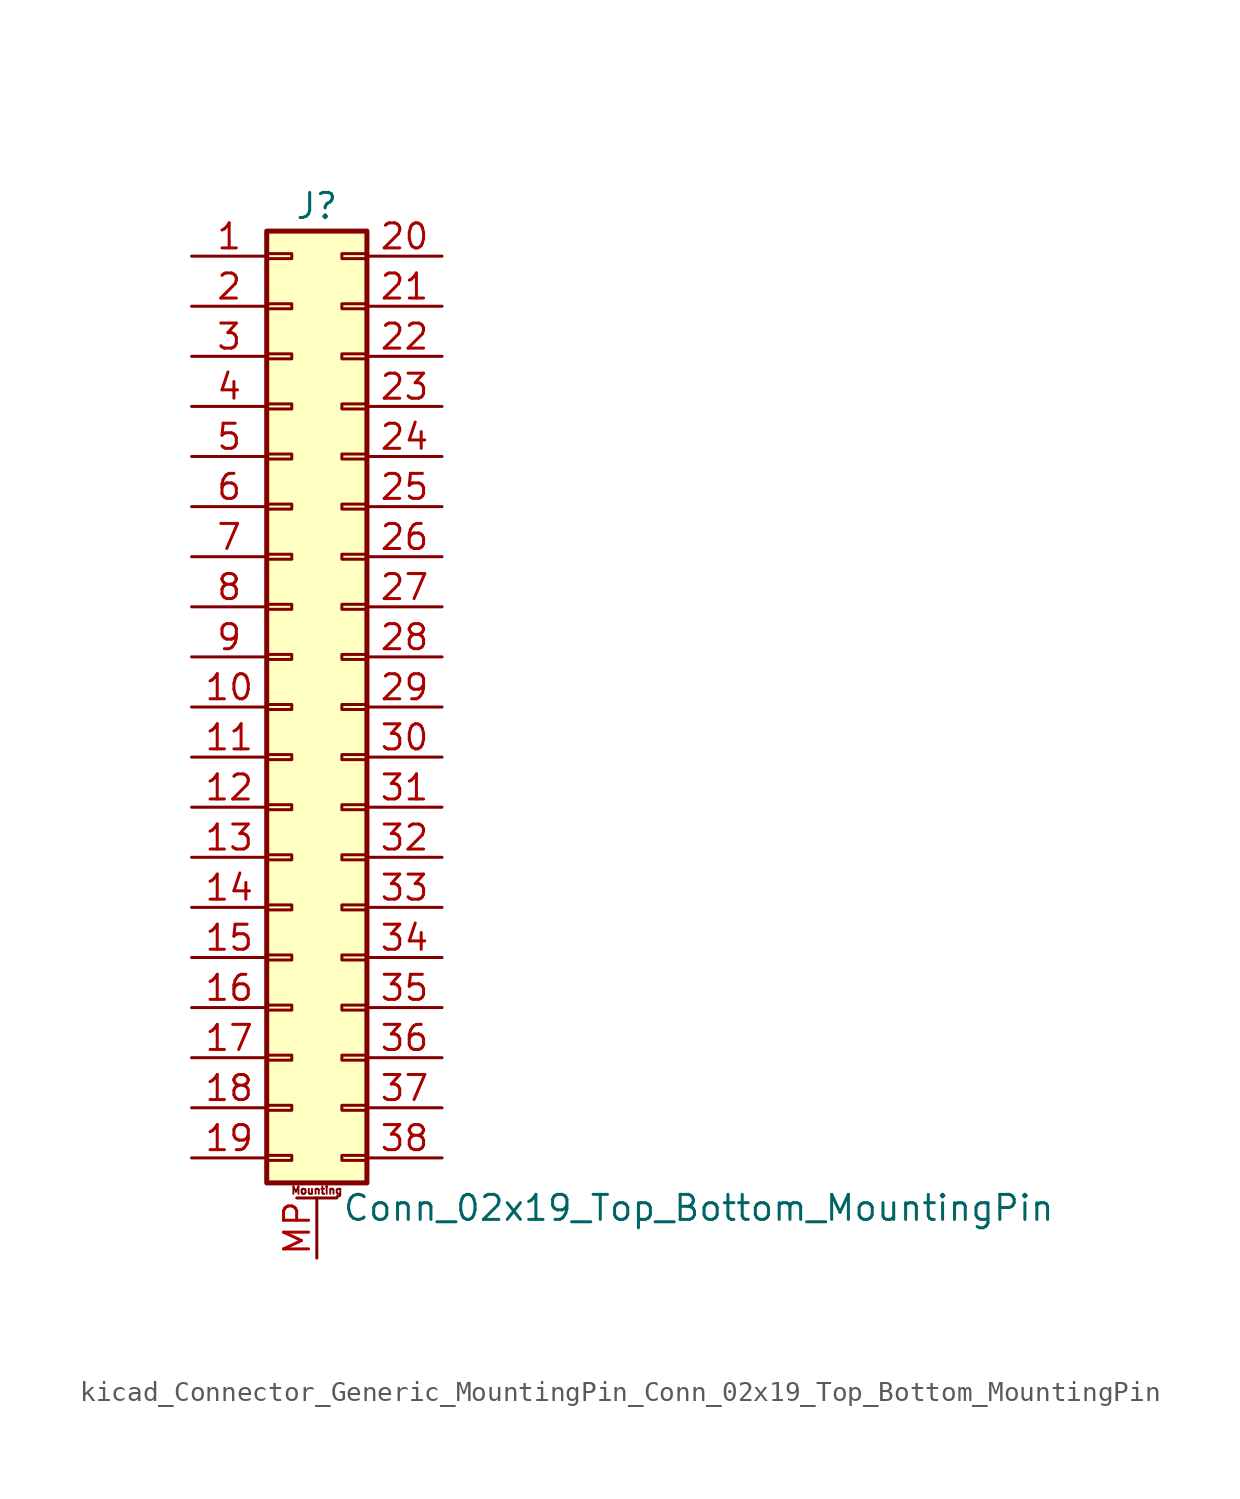
<source format=kicad_sym>
(kicad_symbol_lib
  (version 20220914)
  (generator kicad_symbol_editor)
  (symbol "kicad_Connector_Generic_MountingPin_Conn_02x19_Top_Bottom_MountingPin"
    (pin_names
      (offset 1.016) hide)
    (property "Reference" "J"
      (at 1.27 25.4 0)
      (effects (font (size 1.27 1.27))))
    (property "Value" "Conn_02x19_Top_Bottom_MountingPin"
      (at 2.54 -25.4 0)
      (effects (font (size 1.27 1.27)) (justify left)))
    (symbol "kicad_Connector_Generic_MountingPin_Conn_02x19_Top_Bottom_MountingPin_1_1"
      (rectangle (start -1.27 -22.733) (end 0 -22.987) (stroke (width 0.152) (type default)) (fill (type none)))
      (rectangle (start -1.27 -20.193) (end 0 -20.447) (stroke (width 0.152) (type default)) (fill (type none)))
      (rectangle (start -1.27 -17.653) (end 0 -17.907) (stroke (width 0.152) (type default)) (fill (type none)))
      (rectangle (start -1.27 -15.113) (end 0 -15.367) (stroke (width 0.152) (type default)) (fill (type none)))
      (rectangle (start -1.27 -12.573) (end 0 -12.827) (stroke (width 0.152) (type default)) (fill (type none)))
      (rectangle (start -1.27 -10.033) (end 0 -10.287) (stroke (width 0.152) (type default)) (fill (type none)))
      (rectangle (start -1.27 -7.493) (end 0 -7.747) (stroke (width 0.152) (type default)) (fill (type none)))
      (rectangle (start -1.27 -4.953) (end 0 -5.207) (stroke (width 0.152) (type default)) (fill (type none)))
      (rectangle (start -1.27 -2.413) (end 0 -2.667) (stroke (width 0.152) (type default)) (fill (type none)))
      (rectangle (start -1.27 0.127) (end 0 -0.127) (stroke (width 0.152) (type default)) (fill (type none)))
      (rectangle (start -1.27 2.667) (end 0 2.413) (stroke (width 0.152) (type default)) (fill (type none)))
      (rectangle (start -1.27 5.207) (end 0 4.953) (stroke (width 0.152) (type default)) (fill (type none)))
      (rectangle (start -1.27 7.747) (end 0 7.493) (stroke (width 0.152) (type default)) (fill (type none)))
      (rectangle (start -1.27 10.287) (end 0 10.033) (stroke (width 0.152) (type default)) (fill (type none)))
      (rectangle (start -1.27 12.827) (end 0 12.573) (stroke (width 0.152) (type default)) (fill (type none)))
      (rectangle (start -1.27 15.367) (end 0 15.113) (stroke (width 0.152) (type default)) (fill (type none)))
      (rectangle (start -1.27 17.907) (end 0 17.653) (stroke (width 0.152) (type default)) (fill (type none)))
      (rectangle (start -1.27 20.447) (end 0 20.193) (stroke (width 0.152) (type default)) (fill (type none)))
      (rectangle (start -1.27 22.987) (end 0 22.733) (stroke (width 0.152) (type default)) (fill (type none)))
      (rectangle (start -1.27 24.13) (end 3.81 -24.13) (stroke (width 0.254) (type default)) (fill (type background)))
      (polyline (pts (xy 0.254 -24.892) (xy 2.286 -24.892)) (stroke (width 0.152) (type default)) (fill (type none)))
      (rectangle (start 3.81 -22.733) (end 2.54 -22.987) (stroke (width 0.152) (type default)) (fill (type none)))
      (rectangle (start 3.81 -20.193) (end 2.54 -20.447) (stroke (width 0.152) (type default)) (fill (type none)))
      (rectangle (start 3.81 -17.653) (end 2.54 -17.907) (stroke (width 0.152) (type default)) (fill (type none)))
      (rectangle (start 3.81 -15.113) (end 2.54 -15.367) (stroke (width 0.152) (type default)) (fill (type none)))
      (rectangle (start 3.81 -12.573) (end 2.54 -12.827) (stroke (width 0.152) (type default)) (fill (type none)))
      (rectangle (start 3.81 -10.033) (end 2.54 -10.287) (stroke (width 0.152) (type default)) (fill (type none)))
      (rectangle (start 3.81 -7.493) (end 2.54 -7.747) (stroke (width 0.152) (type default)) (fill (type none)))
      (rectangle (start 3.81 -4.953) (end 2.54 -5.207) (stroke (width 0.152) (type default)) (fill (type none)))
      (rectangle (start 3.81 -2.413) (end 2.54 -2.667) (stroke (width 0.152) (type default)) (fill (type none)))
      (rectangle (start 3.81 0.127) (end 2.54 -0.127) (stroke (width 0.152) (type default)) (fill (type none)))
      (rectangle (start 3.81 2.667) (end 2.54 2.413) (stroke (width 0.152) (type default)) (fill (type none)))
      (rectangle (start 3.81 5.207) (end 2.54 4.953) (stroke (width 0.152) (type default)) (fill (type none)))
      (rectangle (start 3.81 7.747) (end 2.54 7.493) (stroke (width 0.152) (type default)) (fill (type none)))
      (rectangle (start 3.81 10.287) (end 2.54 10.033) (stroke (width 0.152) (type default)) (fill (type none)))
      (rectangle (start 3.81 12.827) (end 2.54 12.573) (stroke (width 0.152) (type default)) (fill (type none)))
      (rectangle (start 3.81 15.367) (end 2.54 15.113) (stroke (width 0.152) (type default)) (fill (type none)))
      (rectangle (start 3.81 17.907) (end 2.54 17.653) (stroke (width 0.152) (type default)) (fill (type none)))
      (rectangle (start 3.81 20.447) (end 2.54 20.193) (stroke (width 0.152) (type default)) (fill (type none)))
      (rectangle (start 3.81 22.987) (end 2.54 22.733) (stroke (width 0.152) (type default)) (fill (type none)))
      (text "Mounting" (at 1.27 -24.511 0) (effects (font (size 0.381 0.381))))
      (pin passive line (at -5.08 22.86 0) (length 3.81) (name "Pin_1" (effects (font (size 1.27 1.27)))) (number "1" (effects (font (size 1.27 1.27)))))
      (pin passive line (at -5.08 0 0) (length 3.81) (name "Pin_10" (effects (font (size 1.27 1.27)))) (number "10" (effects (font (size 1.27 1.27)))))
      (pin passive line (at -5.08 -2.54 0) (length 3.81) (name "Pin_11" (effects (font (size 1.27 1.27)))) (number "11" (effects (font (size 1.27 1.27)))))
      (pin passive line (at -5.08 -5.08 0) (length 3.81) (name "Pin_12" (effects (font (size 1.27 1.27)))) (number "12" (effects (font (size 1.27 1.27)))))
      (pin passive line (at -5.08 -7.62 0) (length 3.81) (name "Pin_13" (effects (font (size 1.27 1.27)))) (number "13" (effects (font (size 1.27 1.27)))))
      (pin passive line (at -5.08 -10.16 0) (length 3.81) (name "Pin_14" (effects (font (size 1.27 1.27)))) (number "14" (effects (font (size 1.27 1.27)))))
      (pin passive line (at -5.08 -12.7 0) (length 3.81) (name "Pin_15" (effects (font (size 1.27 1.27)))) (number "15" (effects (font (size 1.27 1.27)))))
      (pin passive line (at -5.08 -15.24 0) (length 3.81) (name "Pin_16" (effects (font (size 1.27 1.27)))) (number "16" (effects (font (size 1.27 1.27)))))
      (pin passive line (at -5.08 -17.78 0) (length 3.81) (name "Pin_17" (effects (font (size 1.27 1.27)))) (number "17" (effects (font (size 1.27 1.27)))))
      (pin passive line (at -5.08 -20.32 0) (length 3.81) (name "Pin_18" (effects (font (size 1.27 1.27)))) (number "18" (effects (font (size 1.27 1.27)))))
      (pin passive line (at -5.08 -22.86 0) (length 3.81) (name "Pin_19" (effects (font (size 1.27 1.27)))) (number "19" (effects (font (size 1.27 1.27)))))
      (pin passive line (at -5.08 20.32 0) (length 3.81) (name "Pin_2" (effects (font (size 1.27 1.27)))) (number "2" (effects (font (size 1.27 1.27)))))
      (pin passive line (at 7.62 22.86 180) (length 3.81) (name "Pin_20" (effects (font (size 1.27 1.27)))) (number "20" (effects (font (size 1.27 1.27)))))
      (pin passive line (at 7.62 20.32 180) (length 3.81) (name "Pin_21" (effects (font (size 1.27 1.27)))) (number "21" (effects (font (size 1.27 1.27)))))
      (pin passive line (at 7.62 17.78 180) (length 3.81) (name "Pin_22" (effects (font (size 1.27 1.27)))) (number "22" (effects (font (size 1.27 1.27)))))
      (pin passive line (at 7.62 15.24 180) (length 3.81) (name "Pin_23" (effects (font (size 1.27 1.27)))) (number "23" (effects (font (size 1.27 1.27)))))
      (pin passive line (at 7.62 12.7 180) (length 3.81) (name "Pin_24" (effects (font (size 1.27 1.27)))) (number "24" (effects (font (size 1.27 1.27)))))
      (pin passive line (at 7.62 10.16 180) (length 3.81) (name "Pin_25" (effects (font (size 1.27 1.27)))) (number "25" (effects (font (size 1.27 1.27)))))
      (pin passive line (at 7.62 7.62 180) (length 3.81) (name "Pin_26" (effects (font (size 1.27 1.27)))) (number "26" (effects (font (size 1.27 1.27)))))
      (pin passive line (at 7.62 5.08 180) (length 3.81) (name "Pin_27" (effects (font (size 1.27 1.27)))) (number "27" (effects (font (size 1.27 1.27)))))
      (pin passive line (at 7.62 2.54 180) (length 3.81) (name "Pin_28" (effects (font (size 1.27 1.27)))) (number "28" (effects (font (size 1.27 1.27)))))
      (pin passive line (at 7.62 0 180) (length 3.81) (name "Pin_29" (effects (font (size 1.27 1.27)))) (number "29" (effects (font (size 1.27 1.27)))))
      (pin passive line (at -5.08 17.78 0) (length 3.81) (name "Pin_3" (effects (font (size 1.27 1.27)))) (number "3" (effects (font (size 1.27 1.27)))))
      (pin passive line (at 7.62 -2.54 180) (length 3.81) (name "Pin_30" (effects (font (size 1.27 1.27)))) (number "30" (effects (font (size 1.27 1.27)))))
      (pin passive line (at 7.62 -5.08 180) (length 3.81) (name "Pin_31" (effects (font (size 1.27 1.27)))) (number "31" (effects (font (size 1.27 1.27)))))
      (pin passive line (at 7.62 -7.62 180) (length 3.81) (name "Pin_32" (effects (font (size 1.27 1.27)))) (number "32" (effects (font (size 1.27 1.27)))))
      (pin passive line (at 7.62 -10.16 180) (length 3.81) (name "Pin_33" (effects (font (size 1.27 1.27)))) (number "33" (effects (font (size 1.27 1.27)))))
      (pin passive line (at 7.62 -12.7 180) (length 3.81) (name "Pin_34" (effects (font (size 1.27 1.27)))) (number "34" (effects (font (size 1.27 1.27)))))
      (pin passive line (at 7.62 -15.24 180) (length 3.81) (name "Pin_35" (effects (font (size 1.27 1.27)))) (number "35" (effects (font (size 1.27 1.27)))))
      (pin passive line (at 7.62 -17.78 180) (length 3.81) (name "Pin_36" (effects (font (size 1.27 1.27)))) (number "36" (effects (font (size 1.27 1.27)))))
      (pin passive line (at 7.62 -20.32 180) (length 3.81) (name "Pin_37" (effects (font (size 1.27 1.27)))) (number "37" (effects (font (size 1.27 1.27)))))
      (pin passive line (at 7.62 -22.86 180) (length 3.81) (name "Pin_38" (effects (font (size 1.27 1.27)))) (number "38" (effects (font (size 1.27 1.27)))))
      (pin passive line (at -5.08 15.24 0) (length 3.81) (name "Pin_4" (effects (font (size 1.27 1.27)))) (number "4" (effects (font (size 1.27 1.27)))))
      (pin passive line (at -5.08 12.7 0) (length 3.81) (name "Pin_5" (effects (font (size 1.27 1.27)))) (number "5" (effects (font (size 1.27 1.27)))))
      (pin passive line (at -5.08 10.16 0) (length 3.81) (name "Pin_6" (effects (font (size 1.27 1.27)))) (number "6" (effects (font (size 1.27 1.27)))))
      (pin passive line (at -5.08 7.62 0) (length 3.81) (name "Pin_7" (effects (font (size 1.27 1.27)))) (number "7" (effects (font (size 1.27 1.27)))))
      (pin passive line (at -5.08 5.08 0) (length 3.81) (name "Pin_8" (effects (font (size 1.27 1.27)))) (number "8" (effects (font (size 1.27 1.27)))))
      (pin passive line (at -5.08 2.54 0) (length 3.81) (name "Pin_9" (effects (font (size 1.27 1.27)))) (number "9" (effects (font (size 1.27 1.27)))))
      (pin passive line (at 1.27 -27.94 90) (length 3.048) (name "MountPin" (effects (font (size 1.27 1.27)))) (number "MP" (effects (font (size 1.27 1.27))))))))
</source>
